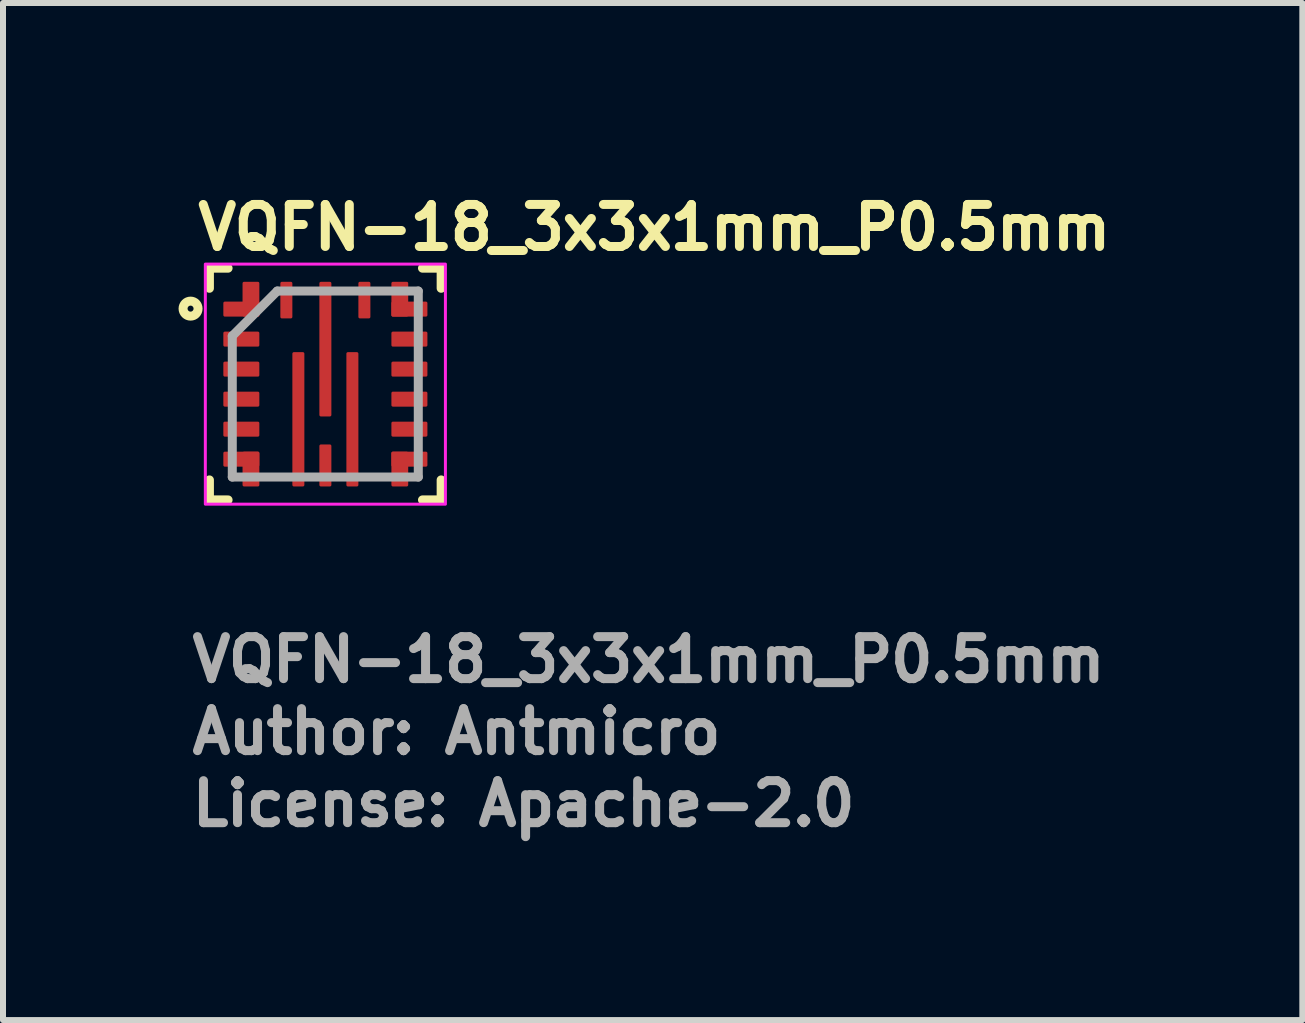
<source format=kicad_pcb>
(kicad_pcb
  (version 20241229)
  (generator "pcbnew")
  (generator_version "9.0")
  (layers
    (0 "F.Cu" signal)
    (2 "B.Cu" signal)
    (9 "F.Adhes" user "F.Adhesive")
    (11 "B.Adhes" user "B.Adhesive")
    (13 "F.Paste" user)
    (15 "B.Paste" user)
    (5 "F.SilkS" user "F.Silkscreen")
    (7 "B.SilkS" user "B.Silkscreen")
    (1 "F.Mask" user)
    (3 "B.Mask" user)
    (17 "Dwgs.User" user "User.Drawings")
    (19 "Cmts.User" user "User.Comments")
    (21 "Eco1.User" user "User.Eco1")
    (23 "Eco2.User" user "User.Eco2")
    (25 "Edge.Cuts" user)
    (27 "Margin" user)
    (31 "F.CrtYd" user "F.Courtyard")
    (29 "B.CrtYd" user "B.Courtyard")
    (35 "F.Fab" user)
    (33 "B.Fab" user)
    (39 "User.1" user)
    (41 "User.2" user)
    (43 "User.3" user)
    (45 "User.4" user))
  (footprint "VQFN-18_3x3x1mm_P0.5mm"
    (layer "F.Cu")
    (at 2.371 3.35)
    (property "Reference" "VQFN-18_3x3x1mm_P0.5mm" (at -2.2 -2.2 0) (layer "F.SilkS") (effects (font (size 0.7 0.7) (thickness 0.15)) (justify left bottom)))
    (attr smd)
    (fp_line (start -1.932 -1.932) (end -1.932 -1.597) (stroke (width 0.15) (type solid)) (layer "F.SilkS"))
    (fp_line (start -1.932 1.596) (end -1.932 1.929) (stroke (width 0.15) (type solid)) (layer "F.SilkS"))
    (fp_line (start -1.932 1.929) (end -1.621 1.929) (stroke (width 0.15) (type solid)) (layer "F.SilkS"))
    (fp_line (start -1.621 -1.932) (end -1.932 -1.932) (stroke (width 0.15) (type solid)) (layer "F.SilkS"))
    (fp_line (start 1.618 1.929) (end 1.929 1.929) (stroke (width 0.15) (type solid)) (layer "F.SilkS"))
    (fp_line (start 1.929 -1.932) (end 1.618 -1.932) (stroke (width 0.15) (type solid)) (layer "F.SilkS"))
    (fp_line (start 1.929 -1.597) (end 1.929 -1.932) (stroke (width 0.15) (type solid)) (layer "F.SilkS"))
    (fp_line (start 1.929 1.929) (end 1.929 1.596) (stroke (width 0.15) (type solid)) (layer "F.SilkS"))
    (fp_circle (center -2.246 -1.258) (end -2.196 -1.258) (stroke (width 0.15) (type solid)) (fill no) (layer "F.SilkS"))
    (fp_rect (start -2 -2) (end 2 2) (stroke (width 0.05) (type solid)) (fill no) (layer "F.CrtYd"))
    (fp_line (start -1.551 -0.802) (end -1.551 1.548) (stroke (width 0.15) (type solid)) (layer "F.Fab"))
    (fp_line (start -1.551 -0.802) (end -0.802 -1.551) (stroke (width 0.15) (type solid)) (layer "F.Fab"))
    (fp_line (start -1.551 1.548) (end 1.548 1.548) (stroke (width 0.15) (type solid)) (layer "F.Fab"))
    (fp_line (start 1.548 -1.551) (end -0.802 -1.551) (stroke (width 0.15) (type solid)) (layer "F.Fab"))
    (fp_line (start 1.548 1.548) (end 1.548 -1.551) (stroke (width 0.15) (type solid)) (layer "F.Fab"))
    (fp_rect (start -1.5 -1.5) (end 1.5 1.5) (stroke (width 0.1) (type solid)) (fill no) (layer "User.5"))
    (fp_line (start -1.5 -1.5) (end -1.5 1.5) (stroke (width 0.02) (type solid)) (layer "User.9"))
    (fp_line (start -1.5 1.5) (end 1.5 1.5) (stroke (width 0.02) (type solid)) (layer "User.9"))
    (fp_line (start 1.5 -1.5) (end -1.5 -1.5) (stroke (width 0.02) (type solid)) (layer "User.9"))
    (fp_line (start 1.5 1.5) (end 1.5 -1.5) (stroke (width 0.02) (type solid)) (layer "User.9"))
    (fp_text user "${REFERENCE}" (at -2.296 5 0) (layer "F.Fab") (effects (font (size 0.7 0.7) (thickness 0.15)) (justify left bottom)))
    (fp_text user "Author: Antmicro" (at -2.296 6.2 0) (layer "F.Fab") (effects (font (size 0.7 0.7) (thickness 0.15)) (justify left bottom)))
    (fp_text user "License: Apache-2.0" (at -2.296 7.4 0) (layer "F.Fab") (effects (font (size 0.7 0.7) (thickness 0.15)) (justify left bottom)))
    (pad "" smd roundrect (at -0.45 -0.033) (size 0.2 1) (layers "F.Paste") (roundrect_rratio 0.125))
    (pad "" smd roundrect (at -0.45 1.205) (size 0.2 1) (layers "F.Paste") (roundrect_rratio 0.125))
    (pad "" smd roundrect (at 0 -1.204) (size 0.2 1) (layers "F.Paste") (roundrect_rratio 0.125))
    (pad "" smd roundrect (at 0 0.038) (size 0.2 1) (layers "F.Paste") (roundrect_rratio 0.125))
    (pad "" smd roundrect (at 0.45 -0.033) (size 0.2 1) (layers "F.Paste") (roundrect_rratio 0.125))
    (pad "" smd roundrect (at 0.45 1.205) (size 0.2 1) (layers "F.Paste") (roundrect_rratio 0.125))
    (pad "1" smd roundrect (at -1.4 -1.25 90) (size 0.25 0.6) (layers "F.Cu" "F.Mask" "F.Paste") (roundrect_rratio 0.1))
    (pad "1" smd roundrect (at -1.24 -1.415 180) (size 0.28 0.58) (layers "F.Cu" "F.Mask" "F.Paste") (roundrect_rratio 0.089))
    (pad "2" smd roundrect (at -1.4 -0.75 90) (size 0.25 0.6) (layers "F.Cu" "F.Mask" "F.Paste") (roundrect_rratio 0.1))
    (pad "3" smd roundrect (at -1.4 -0.25 90) (size 0.25 0.6) (layers "F.Cu" "F.Mask" "F.Paste") (roundrect_rratio 0.1))
    (pad "4" smd roundrect (at -1.4 0.25 90) (size 0.25 0.6) (layers "F.Cu" "F.Mask" "F.Paste") (roundrect_rratio 0.1))
    (pad "5" smd roundrect (at -1.4 0.75 90) (size 0.25 0.6) (layers "F.Cu" "F.Mask" "F.Paste") (roundrect_rratio 0.1))
    (pad "6" smd roundrect (at -1.4 1.25 90) (size 0.25 0.6) (layers "F.Cu" "F.Mask" "F.Paste") (roundrect_rratio 0.1))
    (pad "6" smd roundrect (at -1.24 1.415 180) (size 0.28 0.58) (layers "F.Cu" "F.Mask" "F.Paste") (roundrect_rratio 0.089))
    (pad "7" smd roundrect (at -0.45 0.586) (size 0.2 2.238) (layers "F.Cu" "F.Mask") (roundrect_rratio 0.125))
    (pad "8" smd roundrect (at 0 1.355) (size 0.2 0.7) (layers "F.Cu" "F.Mask" "F.Paste") (roundrect_rratio 0.125))
    (pad "9" smd roundrect (at 0.45 0.586) (size 0.2 2.238) (layers "F.Cu" "F.Mask") (roundrect_rratio 0.125))
    (pad "10" smd roundrect (at 1.24 1.415 180) (size 0.28 0.58) (layers "F.Cu" "F.Mask" "F.Paste") (roundrect_rratio 0.089))
    (pad "10" smd roundrect (at 1.4 1.25 90) (size 0.25 0.6) (layers "F.Cu" "F.Mask" "F.Paste") (roundrect_rratio 0.1))
    (pad "11" smd roundrect (at 1.4 0.75 90) (size 0.25 0.6) (layers "F.Cu" "F.Mask" "F.Paste") (roundrect_rratio 0.1))
    (pad "12" smd roundrect (at 1.4 0.25 90) (size 0.25 0.6) (layers "F.Cu" "F.Mask" "F.Paste") (roundrect_rratio 0.1))
    (pad "13" smd roundrect (at 1.4 -0.25 90) (size 0.25 0.6) (layers "F.Cu" "F.Mask" "F.Paste") (roundrect_rratio 0.1))
    (pad "14" smd roundrect (at 1.4 -0.75 90) (size 0.25 0.6) (layers "F.Cu" "F.Mask" "F.Paste") (roundrect_rratio 0.1))
    (pad "15" smd roundrect (at 1.24 -1.415 180) (size 0.28 0.58) (layers "F.Cu" "F.Mask" "F.Paste") (roundrect_rratio 0.089))
    (pad "15" smd roundrect (at 1.4 -1.25 90) (size 0.25 0.6) (layers "F.Cu" "F.Mask" "F.Paste") (roundrect_rratio 0.1))
    (pad "16" smd roundrect (at 0.65 -1.4) (size 0.2 0.61) (layers "F.Cu" "F.Mask" "F.Paste") (roundrect_rratio 0.125))
    (pad "17" smd roundrect (at 0 -0.583) (size 0.2 2.243) (layers "F.Cu" "F.Mask") (roundrect_rratio 0.125))
    (pad "18" smd roundrect (at -0.65 -1.4) (size 0.2 0.61) (layers "F.Cu" "F.Mask" "F.Paste") (roundrect_rratio 0.125)))
  (gr_rect
    (start -3 -3)
    (end 18.648 13.945)
    (stroke (width 0.1) (type default))
    (fill no)
    (layer "Edge.Cuts")))
</source>
